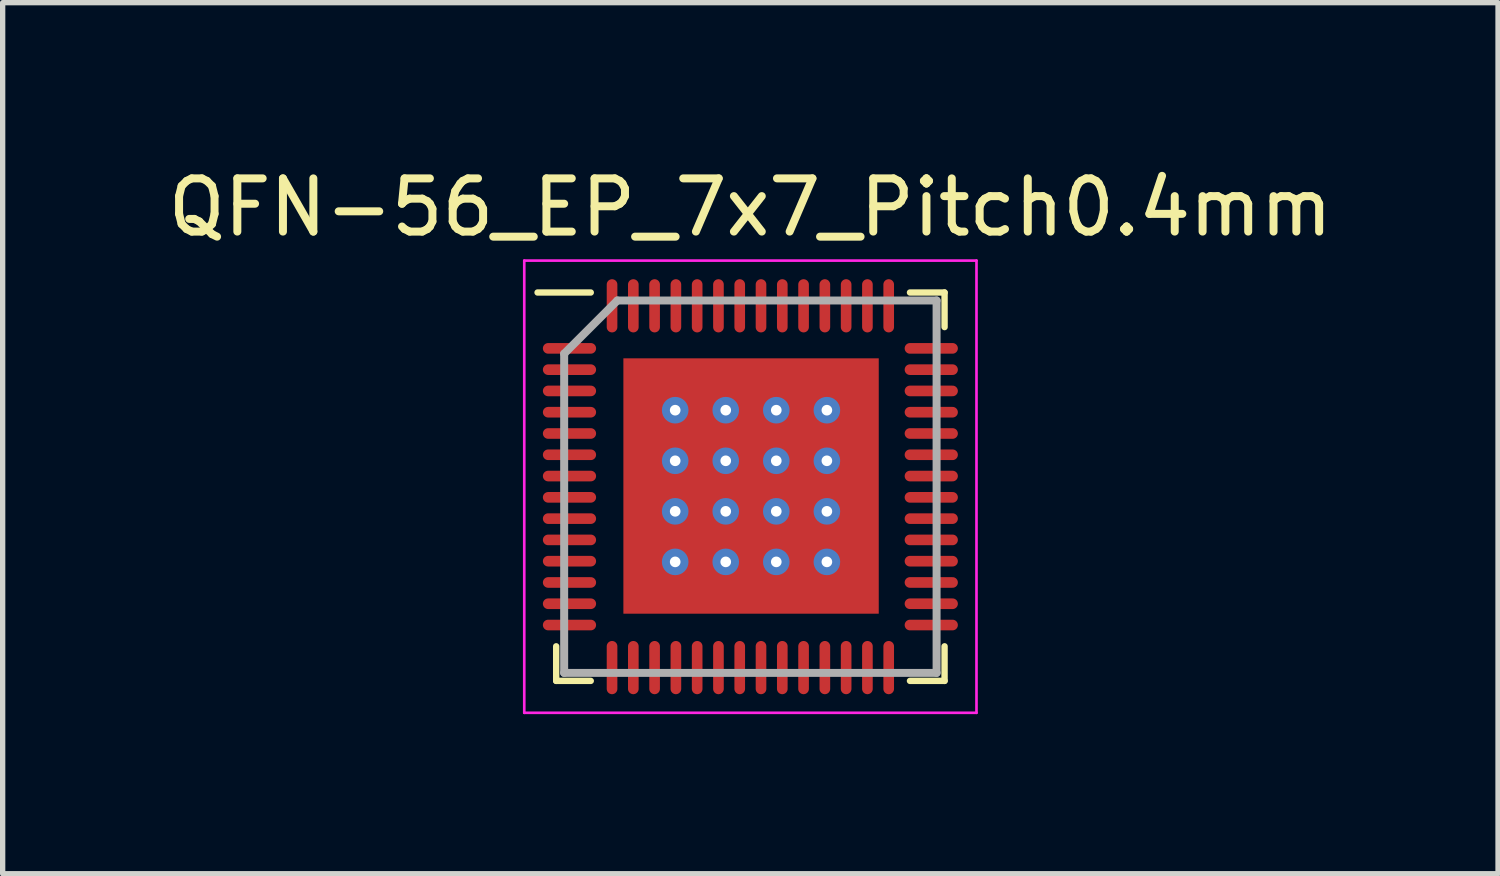
<source format=kicad_pcb>
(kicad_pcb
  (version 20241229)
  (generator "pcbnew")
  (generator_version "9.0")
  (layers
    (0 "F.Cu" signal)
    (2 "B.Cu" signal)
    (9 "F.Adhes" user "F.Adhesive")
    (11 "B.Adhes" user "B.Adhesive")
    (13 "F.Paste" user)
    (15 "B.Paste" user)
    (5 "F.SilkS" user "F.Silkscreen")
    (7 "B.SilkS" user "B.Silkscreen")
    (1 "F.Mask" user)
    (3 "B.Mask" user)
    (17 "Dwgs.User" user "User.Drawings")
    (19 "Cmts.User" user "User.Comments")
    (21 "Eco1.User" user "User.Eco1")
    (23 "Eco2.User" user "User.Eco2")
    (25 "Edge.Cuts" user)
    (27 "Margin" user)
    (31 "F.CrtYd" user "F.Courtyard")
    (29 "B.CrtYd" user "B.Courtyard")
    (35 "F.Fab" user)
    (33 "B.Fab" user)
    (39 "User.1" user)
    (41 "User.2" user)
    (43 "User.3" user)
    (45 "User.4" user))
  (footprint "QFN-56_EP_7x7_Pitch0.4mm"
    (layer "F.Cu")
    (at 11.054 6.098)
    (property "Reference" "QFN-56_EP_7x7_Pitch0.4mm" (at 0 -5.25 0) (layer "F.SilkS") (effects (font (size 1 1) (thickness 0.15))))
    (attr through_hole)
    (fp_line (start -3.65 3.65) (end -3.65 3) (stroke (width 0.12) (type solid)) (layer "F.SilkS"))
    (fp_line (start -3 -3.65) (end -4 -3.65) (stroke (width 0.12) (type solid)) (layer "F.SilkS"))
    (fp_line (start -3 3.65) (end -3.65 3.65) (stroke (width 0.12) (type solid)) (layer "F.SilkS"))
    (fp_line (start 3 -3.65) (end 3.65 -3.65) (stroke (width 0.12) (type solid)) (layer "F.SilkS"))
    (fp_line (start 3 3.65) (end 3.65 3.65) (stroke (width 0.12) (type solid)) (layer "F.SilkS"))
    (fp_line (start 3.65 -3.65) (end 3.65 -3) (stroke (width 0.12) (type solid)) (layer "F.SilkS"))
    (fp_line (start 3.65 3.65) (end 3.65 3) (stroke (width 0.12) (type solid)) (layer "F.SilkS"))
    (fp_line (start -4.25 -4.25) (end 4.25 -4.25) (stroke (width 0.05) (type solid)) (layer "F.CrtYd"))
    (fp_line (start -4.25 4.25) (end -4.25 -4.25) (stroke (width 0.05) (type solid)) (layer "F.CrtYd"))
    (fp_line (start 4.25 -4.25) (end 4.25 4.25) (stroke (width 0.05) (type solid)) (layer "F.CrtYd"))
    (fp_line (start 4.25 4.25) (end -4.25 4.25) (stroke (width 0.05) (type solid)) (layer "F.CrtYd"))
    (fp_line (start -3.5 -2.5) (end -3.5 3.5) (stroke (width 0.15) (type solid)) (layer "F.Fab"))
    (fp_line (start -3.5 3.5) (end 3.5 3.5) (stroke (width 0.15) (type solid)) (layer "F.Fab"))
    (fp_line (start -2.5 -3.5) (end -3.5 -2.5) (stroke (width 0.15) (type solid)) (layer "F.Fab"))
    (fp_line (start 3.5 -3.5) (end -2.5 -3.5) (stroke (width 0.15) (type solid)) (layer "F.Fab"))
    (fp_line (start 3.5 3.5) (end 3.5 -3.5) (stroke (width 0.15) (type solid)) (layer "F.Fab"))
    (pad "" smd roundrect (at -1.9 -1.925) (size 0.786 0.786) (layers "F.Paste") (roundrect_rratio 0.25))
    (pad "" smd roundrect (at -1.9 -0.963) (size 0.786 0.766) (layers "F.Paste") (roundrect_rratio 0.25))
    (pad "" smd roundrect (at -1.9 -0.013) (size 0.786 0.766) (layers "F.Paste") (roundrect_rratio 0.25))
    (pad "" smd roundrect (at -1.9 0.938) (size 0.786 0.766) (layers "F.Paste") (roundrect_rratio 0.25))
    (pad "" smd roundrect (at -1.9 1.9) (size 0.786 0.786) (layers "F.Paste") (roundrect_rratio 0.25))
    (pad "" smd roundrect (at -0.938 -1.925) (size 0.766 0.786) (layers "F.Paste") (roundrect_rratio 0.25))
    (pad "" smd roundrect (at -0.938 -0.963) (size 0.766 0.766) (layers "F.Paste") (roundrect_rratio 0.25))
    (pad "" smd roundrect (at -0.938 -0.013) (size 0.766 0.766) (layers "F.Paste") (roundrect_rratio 0.25))
    (pad "" smd roundrect (at -0.938 0.938) (size 0.766 0.766) (layers "F.Paste") (roundrect_rratio 0.25))
    (pad "" smd roundrect (at -0.938 1.9) (size 0.766 0.786) (layers "F.Paste") (roundrect_rratio 0.25))
    (pad "" smd roundrect (at 0.013 -1.925) (size 0.766 0.786) (layers "F.Paste") (roundrect_rratio 0.25))
    (pad "" smd roundrect (at 0.013 -0.963) (size 0.766 0.766) (layers "F.Paste") (roundrect_rratio 0.25))
    (pad "" smd roundrect (at 0.013 -0.013) (size 0.766 0.766) (layers "F.Paste") (roundrect_rratio 0.25))
    (pad "" smd roundrect (at 0.013 0.938) (size 0.766 0.766) (layers "F.Paste") (roundrect_rratio 0.25))
    (pad "" smd roundrect (at 0.013 1.9) (size 0.766 0.786) (layers "F.Paste") (roundrect_rratio 0.25))
    (pad "" smd roundrect (at 0.963 -1.925) (size 0.766 0.786) (layers "F.Paste") (roundrect_rratio 0.25))
    (pad "" smd roundrect (at 0.963 -0.963) (size 0.766 0.766) (layers "F.Paste") (roundrect_rratio 0.25))
    (pad "" smd roundrect (at 0.963 -0.013) (size 0.766 0.766) (layers "F.Paste") (roundrect_rratio 0.25))
    (pad "" smd roundrect (at 0.963 0.938) (size 0.766 0.766) (layers "F.Paste") (roundrect_rratio 0.25))
    (pad "" smd roundrect (at 0.963 1.9) (size 0.766 0.786) (layers "F.Paste") (roundrect_rratio 0.25))
    (pad "" smd roundrect (at 1.925 -1.925) (size 0.786 0.786) (layers "F.Paste") (roundrect_rratio 0.25))
    (pad "" smd roundrect (at 1.925 -0.963) (size 0.786 0.766) (layers "F.Paste") (roundrect_rratio 0.25))
    (pad "" smd roundrect (at 1.925 -0.013) (size 0.786 0.766) (layers "F.Paste") (roundrect_rratio 0.25))
    (pad "" smd roundrect (at 1.925 0.938) (size 0.786 0.766) (layers "F.Paste") (roundrect_rratio 0.25))
    (pad "" smd roundrect (at 1.925 1.9) (size 0.786 0.786) (layers "F.Paste") (roundrect_rratio 0.25))
    (pad "1" smd oval (at -3.4 -2.6 90) (size 0.2 1) (layers "F.Cu" "F.Mask" "F.Paste"))
    (pad "2" smd oval (at -3.4 -2.2 90) (size 0.2 1) (layers "F.Cu" "F.Mask" "F.Paste"))
    (pad "3" smd oval (at -3.4 -1.8 90) (size 0.2 1) (layers "F.Cu" "F.Mask" "F.Paste"))
    (pad "4" smd oval (at -3.4 -1.4 90) (size 0.2 1) (layers "F.Cu" "F.Mask" "F.Paste"))
    (pad "5" smd oval (at -3.4 -1 90) (size 0.2 1) (layers "F.Cu" "F.Mask" "F.Paste"))
    (pad "6" smd oval (at -3.4 -0.6 90) (size 0.2 1) (layers "F.Cu" "F.Mask" "F.Paste"))
    (pad "7" smd oval (at -3.4 -0.2 90) (size 0.2 1) (layers "F.Cu" "F.Mask" "F.Paste"))
    (pad "8" smd oval (at -3.4 0.2 90) (size 0.2 1) (layers "F.Cu" "F.Mask" "F.Paste"))
    (pad "9" smd oval (at -3.4 0.6 90) (size 0.2 1) (layers "F.Cu" "F.Mask" "F.Paste"))
    (pad "10" smd oval (at -3.4 1 90) (size 0.2 1) (layers "F.Cu" "F.Mask" "F.Paste"))
    (pad "11" smd oval (at -3.4 1.4 90) (size 0.2 1) (layers "F.Cu" "F.Mask" "F.Paste"))
    (pad "12" smd oval (at -3.4 1.8 90) (size 0.2 1) (layers "F.Cu" "F.Mask" "F.Paste"))
    (pad "13" smd oval (at -3.4 2.2 90) (size 0.2 1) (layers "F.Cu" "F.Mask" "F.Paste"))
    (pad "14" smd oval (at -3.4 2.6 90) (size 0.2 1) (layers "F.Cu" "F.Mask" "F.Paste"))
    (pad "15" smd oval (at -2.6 3.4) (size 0.2 1) (layers "F.Cu" "F.Mask" "F.Paste"))
    (pad "16" smd oval (at -2.2 3.4) (size 0.2 1) (layers "F.Cu" "F.Mask" "F.Paste"))
    (pad "17" smd oval (at -1.8 3.4) (size 0.2 1) (layers "F.Cu" "F.Mask" "F.Paste"))
    (pad "18" smd oval (at -1.4 3.4) (size 0.2 1) (layers "F.Cu" "F.Mask" "F.Paste"))
    (pad "19" smd oval (at -1 3.4) (size 0.2 1) (layers "F.Cu" "F.Mask" "F.Paste"))
    (pad "20" smd oval (at -0.6 3.4) (size 0.2 1) (layers "F.Cu" "F.Mask" "F.Paste"))
    (pad "21" smd oval (at -0.2 3.4) (size 0.2 1) (layers "F.Cu" "F.Mask" "F.Paste"))
    (pad "22" smd oval (at 0.2 3.4) (size 0.2 1) (layers "F.Cu" "F.Mask" "F.Paste"))
    (pad "23" smd oval (at 0.6 3.4) (size 0.2 1) (layers "F.Cu" "F.Mask" "F.Paste"))
    (pad "24" smd oval (at 1 3.4) (size 0.2 1) (layers "F.Cu" "F.Mask" "F.Paste"))
    (pad "25" smd oval (at 1.4 3.4) (size 0.2 1) (layers "F.Cu" "F.Mask" "F.Paste"))
    (pad "26" smd oval (at 1.8 3.4) (size 0.2 1) (layers "F.Cu" "F.Mask" "F.Paste"))
    (pad "27" smd oval (at 2.2 3.4) (size 0.2 1) (layers "F.Cu" "F.Mask" "F.Paste"))
    (pad "28" smd oval (at 2.6 3.4) (size 0.2 1) (layers "F.Cu" "F.Mask" "F.Paste"))
    (pad "29" smd oval (at 3.4 2.6 90) (size 0.2 1) (layers "F.Cu" "F.Mask" "F.Paste"))
    (pad "30" smd oval (at 3.4 2.2 90) (size 0.2 1) (layers "F.Cu" "F.Mask" "F.Paste"))
    (pad "31" smd oval (at 3.4 1.8 90) (size 0.2 1) (layers "F.Cu" "F.Mask" "F.Paste"))
    (pad "32" smd oval (at 3.4 1.4 90) (size 0.2 1) (layers "F.Cu" "F.Mask" "F.Paste"))
    (pad "33" smd oval (at 3.4 1 90) (size 0.2 1) (layers "F.Cu" "F.Mask" "F.Paste"))
    (pad "34" smd oval (at 3.4 0.6 90) (size 0.2 1) (layers "F.Cu" "F.Mask" "F.Paste"))
    (pad "35" smd oval (at 3.4 0.2 90) (size 0.2 1) (layers "F.Cu" "F.Mask" "F.Paste"))
    (pad "36" smd oval (at 3.4 -0.2 90) (size 0.2 1) (layers "F.Cu" "F.Mask" "F.Paste"))
    (pad "37" smd oval (at 3.4 -0.6 90) (size 0.2 1) (layers "F.Cu" "F.Mask" "F.Paste"))
    (pad "38" smd oval (at 3.4 -1 90) (size 0.2 1) (layers "F.Cu" "F.Mask" "F.Paste"))
    (pad "39" smd oval (at 3.4 -1.4 90) (size 0.2 1) (layers "F.Cu" "F.Mask" "F.Paste"))
    (pad "40" smd oval (at 3.4 -1.8 90) (size 0.2 1) (layers "F.Cu" "F.Mask" "F.Paste"))
    (pad "41" smd oval (at 3.4 -2.2 90) (size 0.2 1) (layers "F.Cu" "F.Mask" "F.Paste"))
    (pad "42" smd oval (at 3.4 -2.6 90) (size 0.2 1) (layers "F.Cu" "F.Mask" "F.Paste"))
    (pad "43" smd oval (at 2.6 -3.4) (size 0.2 1) (layers "F.Cu" "F.Mask" "F.Paste"))
    (pad "44" smd oval (at 2.2 -3.4) (size 0.2 1) (layers "F.Cu" "F.Mask" "F.Paste"))
    (pad "45" smd oval (at 1.8 -3.4) (size 0.2 1) (layers "F.Cu" "F.Mask" "F.Paste"))
    (pad "46" smd oval (at 1.4 -3.4) (size 0.2 1) (layers "F.Cu" "F.Mask" "F.Paste"))
    (pad "47" smd oval (at 1 -3.4) (size 0.2 1) (layers "F.Cu" "F.Mask" "F.Paste"))
    (pad "48" smd oval (at 0.6 -3.4) (size 0.2 1) (layers "F.Cu" "F.Mask" "F.Paste"))
    (pad "49" smd oval (at 0.2 -3.4) (size 0.2 1) (layers "F.Cu" "F.Mask" "F.Paste"))
    (pad "50" smd oval (at -0.2 -3.4) (size 0.2 1) (layers "F.Cu" "F.Mask" "F.Paste"))
    (pad "51" smd oval (at -0.6 -3.4) (size 0.2 1) (layers "F.Cu" "F.Mask" "F.Paste"))
    (pad "52" smd oval (at -1 -3.4) (size 0.2 1) (layers "F.Cu" "F.Mask" "F.Paste"))
    (pad "53" smd oval (at -1.4 -3.4) (size 0.2 1) (layers "F.Cu" "F.Mask" "F.Paste"))
    (pad "54" smd oval (at -1.8 -3.4) (size 0.2 1) (layers "F.Cu" "F.Mask" "F.Paste"))
    (pad "55" smd oval (at -2.2 -3.4) (size 0.2 1) (layers "F.Cu" "F.Mask" "F.Paste"))
    (pad "56" smd oval (at -2.6 -3.4) (size 0.2 1) (layers "F.Cu" "F.Mask" "F.Paste"))
    (pad "57" thru_hole circle (at -1.413 -1.438) (size 0.5 0.5) (drill 0.2) (layers "*.Cu"))
    (pad "57" thru_hole circle (at -1.413 -0.487) (size 0.5 0.5) (drill 0.2) (layers "*.Cu"))
    (pad "57" thru_hole circle (at -1.413 0.463) (size 0.5 0.5) (drill 0.2) (layers "*.Cu"))
    (pad "57" thru_hole circle (at -1.413 1.413) (size 0.5 0.5) (drill 0.2) (layers "*.Cu"))
    (pad "57" thru_hole circle (at -0.463 -1.438) (size 0.5 0.5) (drill 0.2) (layers "*.Cu"))
    (pad "57" thru_hole circle (at -0.463 -0.487) (size 0.5 0.5) (drill 0.2) (layers "*.Cu"))
    (pad "57" thru_hole circle (at -0.463 0.463) (size 0.5 0.5) (drill 0.2) (layers "*.Cu"))
    (pad "57" thru_hole circle (at -0.463 1.413) (size 0.5 0.5) (drill 0.2) (layers "*.Cu"))
    (pad "57" smd rect (at 0.013 -0.013) (size 4.8 4.8) (layers "F.Cu" "F.Mask"))
    (pad "57" thru_hole circle (at 0.487 -1.438) (size 0.5 0.5) (drill 0.2) (layers "*.Cu"))
    (pad "57" thru_hole circle (at 0.487 -0.487) (size 0.5 0.5) (drill 0.2) (layers "*.Cu"))
    (pad "57" thru_hole circle (at 0.487 0.463) (size 0.5 0.5) (drill 0.2) (layers "*.Cu"))
    (pad "57" thru_hole circle (at 0.487 1.413) (size 0.5 0.5) (drill 0.2) (layers "*.Cu"))
    (pad "57" thru_hole circle (at 1.438 -1.438) (size 0.5 0.5) (drill 0.2) (layers "*.Cu"))
    (pad "57" thru_hole circle (at 1.438 -0.487) (size 0.5 0.5) (drill 0.2) (layers "*.Cu"))
    (pad "57" thru_hole circle (at 1.438 0.463) (size 0.5 0.5) (drill 0.2) (layers "*.Cu"))
    (pad "57" thru_hole circle (at 1.438 1.413) (size 0.5 0.5) (drill 0.2) (layers "*.Cu")))
  (gr_rect
    (start -3 -3)
    (end 25.107 13.373)
    (stroke (width 0.1) (type default))
    (fill no)
    (layer "Edge.Cuts")))
</source>
